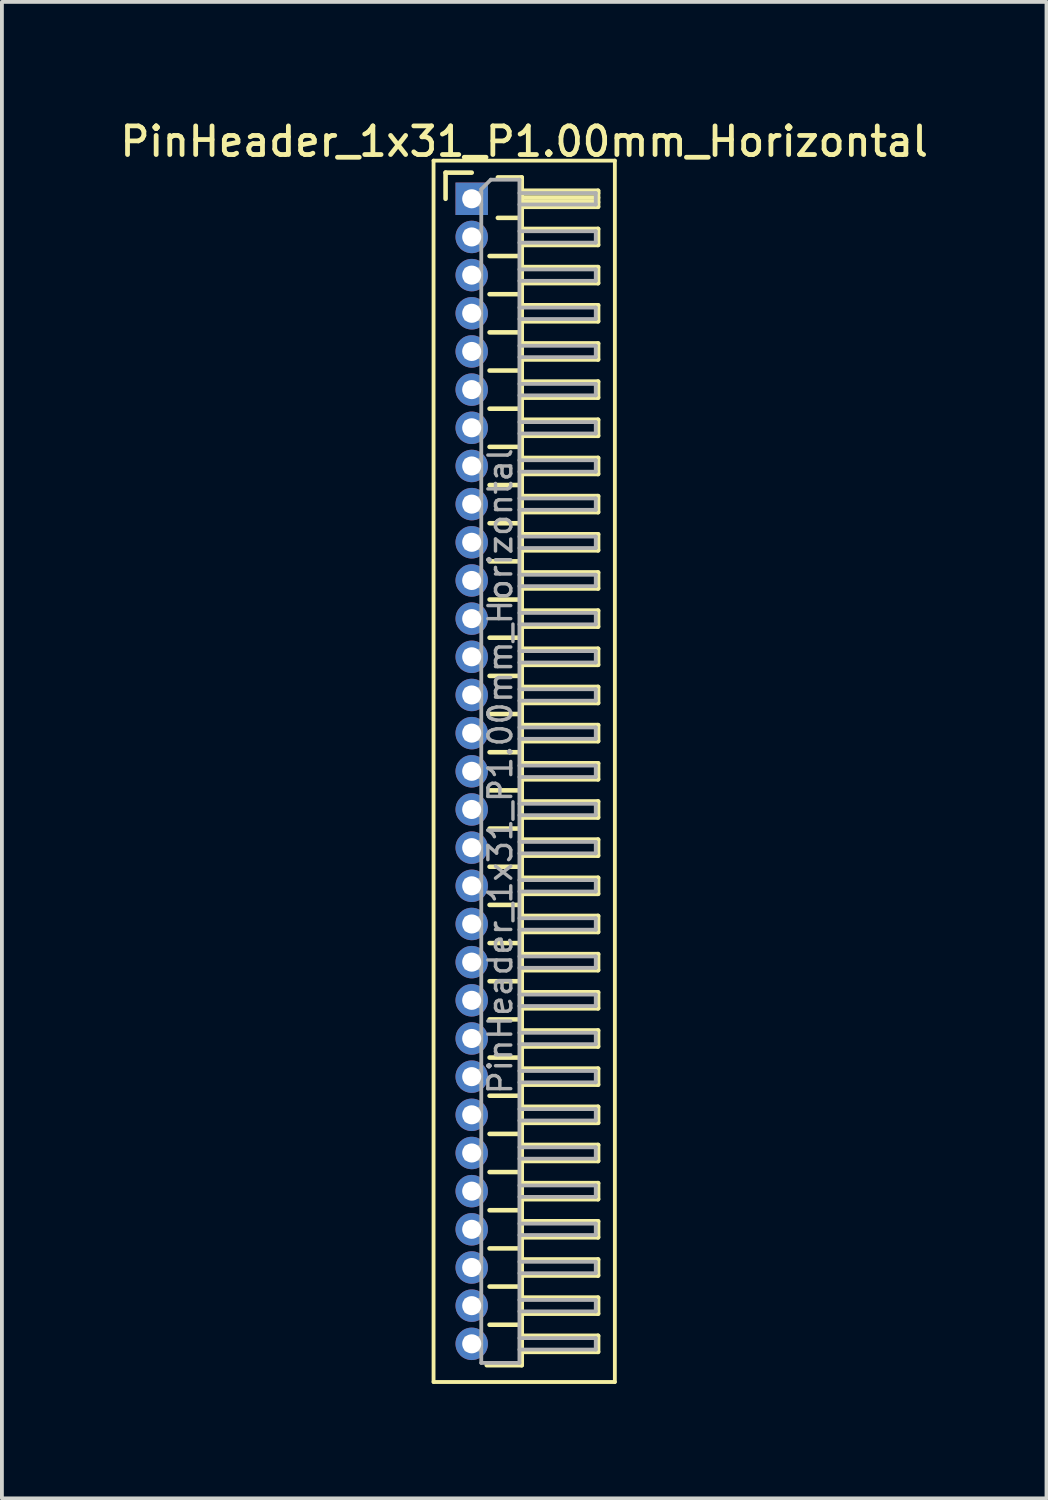
<source format=kicad_pcb>
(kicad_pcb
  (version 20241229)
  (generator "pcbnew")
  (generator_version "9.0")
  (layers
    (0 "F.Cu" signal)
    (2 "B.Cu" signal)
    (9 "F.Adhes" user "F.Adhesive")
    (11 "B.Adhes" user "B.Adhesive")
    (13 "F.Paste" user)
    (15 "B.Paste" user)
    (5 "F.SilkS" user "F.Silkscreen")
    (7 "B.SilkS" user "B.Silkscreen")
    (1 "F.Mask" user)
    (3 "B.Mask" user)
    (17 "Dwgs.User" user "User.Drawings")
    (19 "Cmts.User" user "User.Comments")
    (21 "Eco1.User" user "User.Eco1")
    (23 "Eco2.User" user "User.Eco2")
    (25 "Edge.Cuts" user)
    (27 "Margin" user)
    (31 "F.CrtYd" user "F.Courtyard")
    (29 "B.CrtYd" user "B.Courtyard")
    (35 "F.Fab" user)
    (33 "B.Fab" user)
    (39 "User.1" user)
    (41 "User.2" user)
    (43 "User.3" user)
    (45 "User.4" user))
  (footprint "PinHeader_1x31_P1.00mm_Horizontal"
    (layer "F.Cu")
    (at 9.309 2.158)
    (property "Reference" "PinHeader_1x31_P1.00mm_Horizontal" (at 1.375 -1.5 0) (layer "F.SilkS") (effects (font (size 0.75 0.75) (thickness 0.125))))
    (attr through_hole)
    (fp_line (start -1 -1) (end -1 31) (stroke (width 0.1) (type solid)) (layer "F.SilkS"))
    (fp_line (start -1 31) (end 3.75 31) (stroke (width 0.1) (type solid)) (layer "F.SilkS"))
    (fp_line (start -0.685 -0.685) (end 0 -0.685) (stroke (width 0.12) (type solid)) (layer "F.SilkS"))
    (fp_line (start -0.685 0) (end -0.685 -0.685) (stroke (width 0.12) (type solid)) (layer "F.SilkS"))
    (fp_line (start 0.468 1.5) (end 1.31 1.5) (stroke (width 0.12) (type solid)) (layer "F.SilkS"))
    (fp_line (start 0.468 2.5) (end 1.31 2.5) (stroke (width 0.12) (type solid)) (layer "F.SilkS"))
    (fp_line (start 0.468 3.5) (end 1.31 3.5) (stroke (width 0.12) (type solid)) (layer "F.SilkS"))
    (fp_line (start 0.468 4.5) (end 1.31 4.5) (stroke (width 0.12) (type solid)) (layer "F.SilkS"))
    (fp_line (start 0.468 5.5) (end 1.31 5.5) (stroke (width 0.12) (type solid)) (layer "F.SilkS"))
    (fp_line (start 0.468 6.5) (end 1.31 6.5) (stroke (width 0.12) (type solid)) (layer "F.SilkS"))
    (fp_line (start 0.468 7.5) (end 1.31 7.5) (stroke (width 0.12) (type solid)) (layer "F.SilkS"))
    (fp_line (start 0.468 8.5) (end 1.31 8.5) (stroke (width 0.12) (type solid)) (layer "F.SilkS"))
    (fp_line (start 0.468 9.5) (end 1.31 9.5) (stroke (width 0.12) (type solid)) (layer "F.SilkS"))
    (fp_line (start 0.468 10.5) (end 1.31 10.5) (stroke (width 0.12) (type solid)) (layer "F.SilkS"))
    (fp_line (start 0.468 11.5) (end 1.31 11.5) (stroke (width 0.12) (type solid)) (layer "F.SilkS"))
    (fp_line (start 0.468 12.5) (end 1.31 12.5) (stroke (width 0.12) (type solid)) (layer "F.SilkS"))
    (fp_line (start 0.468 13.5) (end 1.31 13.5) (stroke (width 0.12) (type solid)) (layer "F.SilkS"))
    (fp_line (start 0.468 14.5) (end 1.31 14.5) (stroke (width 0.12) (type solid)) (layer "F.SilkS"))
    (fp_line (start 0.468 15.5) (end 1.31 15.5) (stroke (width 0.12) (type solid)) (layer "F.SilkS"))
    (fp_line (start 0.468 16.5) (end 1.31 16.5) (stroke (width 0.12) (type solid)) (layer "F.SilkS"))
    (fp_line (start 0.468 17.5) (end 1.31 17.5) (stroke (width 0.12) (type solid)) (layer "F.SilkS"))
    (fp_line (start 0.468 18.5) (end 1.31 18.5) (stroke (width 0.12) (type solid)) (layer "F.SilkS"))
    (fp_line (start 0.468 19.5) (end 1.31 19.5) (stroke (width 0.12) (type solid)) (layer "F.SilkS"))
    (fp_line (start 0.468 20.5) (end 1.31 20.5) (stroke (width 0.12) (type solid)) (layer "F.SilkS"))
    (fp_line (start 0.468 21.5) (end 1.31 21.5) (stroke (width 0.12) (type solid)) (layer "F.SilkS"))
    (fp_line (start 0.468 22.5) (end 1.31 22.5) (stroke (width 0.12) (type solid)) (layer "F.SilkS"))
    (fp_line (start 0.468 23.5) (end 1.31 23.5) (stroke (width 0.12) (type solid)) (layer "F.SilkS"))
    (fp_line (start 0.468 24.5) (end 1.31 24.5) (stroke (width 0.12) (type solid)) (layer "F.SilkS"))
    (fp_line (start 0.468 25.5) (end 1.31 25.5) (stroke (width 0.12) (type solid)) (layer "F.SilkS"))
    (fp_line (start 0.468 26.5) (end 1.31 26.5) (stroke (width 0.12) (type solid)) (layer "F.SilkS"))
    (fp_line (start 0.468 27.5) (end 1.31 27.5) (stroke (width 0.12) (type solid)) (layer "F.SilkS"))
    (fp_line (start 0.468 28.5) (end 1.31 28.5) (stroke (width 0.12) (type solid)) (layer "F.SilkS"))
    (fp_line (start 0.468 29.5) (end 1.31 29.5) (stroke (width 0.12) (type solid)) (layer "F.SilkS"))
    (fp_line (start 0.685 -0.56) (end 1.31 -0.56) (stroke (width 0.12) (type solid)) (layer "F.SilkS"))
    (fp_line (start 0.685 0.5) (end 1.31 0.5) (stroke (width 0.12) (type solid)) (layer "F.SilkS"))
    (fp_line (start 1.31 -0.56) (end 1.31 30.56) (stroke (width 0.12) (type solid)) (layer "F.SilkS"))
    (fp_line (start 1.31 -0.21) (end 3.31 -0.21) (stroke (width 0.12) (type solid)) (layer "F.SilkS"))
    (fp_line (start 1.31 -0.15) (end 3.31 -0.15) (stroke (width 0.12) (type solid)) (layer "F.SilkS"))
    (fp_line (start 1.31 -0.03) (end 3.31 -0.03) (stroke (width 0.12) (type solid)) (layer "F.SilkS"))
    (fp_line (start 1.31 0.09) (end 3.31 0.09) (stroke (width 0.12) (type solid)) (layer "F.SilkS"))
    (fp_line (start 1.31 0.79) (end 3.31 0.79) (stroke (width 0.12) (type solid)) (layer "F.SilkS"))
    (fp_line (start 1.31 1.79) (end 3.31 1.79) (stroke (width 0.12) (type solid)) (layer "F.SilkS"))
    (fp_line (start 1.31 2.79) (end 3.31 2.79) (stroke (width 0.12) (type solid)) (layer "F.SilkS"))
    (fp_line (start 1.31 3.79) (end 3.31 3.79) (stroke (width 0.12) (type solid)) (layer "F.SilkS"))
    (fp_line (start 1.31 4.79) (end 3.31 4.79) (stroke (width 0.12) (type solid)) (layer "F.SilkS"))
    (fp_line (start 1.31 5.79) (end 3.31 5.79) (stroke (width 0.12) (type solid)) (layer "F.SilkS"))
    (fp_line (start 1.31 6.79) (end 3.31 6.79) (stroke (width 0.12) (type solid)) (layer "F.SilkS"))
    (fp_line (start 1.31 7.79) (end 3.31 7.79) (stroke (width 0.12) (type solid)) (layer "F.SilkS"))
    (fp_line (start 1.31 8.79) (end 3.31 8.79) (stroke (width 0.12) (type solid)) (layer "F.SilkS"))
    (fp_line (start 1.31 9.79) (end 3.31 9.79) (stroke (width 0.12) (type solid)) (layer "F.SilkS"))
    (fp_line (start 1.31 10.79) (end 3.31 10.79) (stroke (width 0.12) (type solid)) (layer "F.SilkS"))
    (fp_line (start 1.31 11.79) (end 3.31 11.79) (stroke (width 0.12) (type solid)) (layer "F.SilkS"))
    (fp_line (start 1.31 12.79) (end 3.31 12.79) (stroke (width 0.12) (type solid)) (layer "F.SilkS"))
    (fp_line (start 1.31 13.79) (end 3.31 13.79) (stroke (width 0.12) (type solid)) (layer "F.SilkS"))
    (fp_line (start 1.31 14.79) (end 3.31 14.79) (stroke (width 0.12) (type solid)) (layer "F.SilkS"))
    (fp_line (start 1.31 15.79) (end 3.31 15.79) (stroke (width 0.12) (type solid)) (layer "F.SilkS"))
    (fp_line (start 1.31 16.79) (end 3.31 16.79) (stroke (width 0.12) (type solid)) (layer "F.SilkS"))
    (fp_line (start 1.31 17.79) (end 3.31 17.79) (stroke (width 0.12) (type solid)) (layer "F.SilkS"))
    (fp_line (start 1.31 18.79) (end 3.31 18.79) (stroke (width 0.12) (type solid)) (layer "F.SilkS"))
    (fp_line (start 1.31 19.79) (end 3.31 19.79) (stroke (width 0.12) (type solid)) (layer "F.SilkS"))
    (fp_line (start 1.31 20.79) (end 3.31 20.79) (stroke (width 0.12) (type solid)) (layer "F.SilkS"))
    (fp_line (start 1.31 21.79) (end 3.31 21.79) (stroke (width 0.12) (type solid)) (layer "F.SilkS"))
    (fp_line (start 1.31 22.79) (end 3.31 22.79) (stroke (width 0.12) (type solid)) (layer "F.SilkS"))
    (fp_line (start 1.31 23.79) (end 3.31 23.79) (stroke (width 0.12) (type solid)) (layer "F.SilkS"))
    (fp_line (start 1.31 24.79) (end 3.31 24.79) (stroke (width 0.12) (type solid)) (layer "F.SilkS"))
    (fp_line (start 1.31 25.79) (end 3.31 25.79) (stroke (width 0.12) (type solid)) (layer "F.SilkS"))
    (fp_line (start 1.31 26.79) (end 3.31 26.79) (stroke (width 0.12) (type solid)) (layer "F.SilkS"))
    (fp_line (start 1.31 27.79) (end 3.31 27.79) (stroke (width 0.12) (type solid)) (layer "F.SilkS"))
    (fp_line (start 1.31 28.79) (end 3.31 28.79) (stroke (width 0.12) (type solid)) (layer "F.SilkS"))
    (fp_line (start 1.31 29.79) (end 3.31 29.79) (stroke (width 0.12) (type solid)) (layer "F.SilkS"))
    (fp_line (start 1.31 30.56) (end 0.394 30.56) (stroke (width 0.12) (type solid)) (layer "F.SilkS"))
    (fp_line (start 3.31 -0.21) (end 3.31 0.21) (stroke (width 0.12) (type solid)) (layer "F.SilkS"))
    (fp_line (start 3.31 0.21) (end 1.31 0.21) (stroke (width 0.12) (type solid)) (layer "F.SilkS"))
    (fp_line (start 3.31 0.79) (end 3.31 1.21) (stroke (width 0.12) (type solid)) (layer "F.SilkS"))
    (fp_line (start 3.31 1.21) (end 1.31 1.21) (stroke (width 0.12) (type solid)) (layer "F.SilkS"))
    (fp_line (start 3.31 1.79) (end 3.31 2.21) (stroke (width 0.12) (type solid)) (layer "F.SilkS"))
    (fp_line (start 3.31 2.21) (end 1.31 2.21) (stroke (width 0.12) (type solid)) (layer "F.SilkS"))
    (fp_line (start 3.31 2.79) (end 3.31 3.21) (stroke (width 0.12) (type solid)) (layer "F.SilkS"))
    (fp_line (start 3.31 3.21) (end 1.31 3.21) (stroke (width 0.12) (type solid)) (layer "F.SilkS"))
    (fp_line (start 3.31 3.79) (end 3.31 4.21) (stroke (width 0.12) (type solid)) (layer "F.SilkS"))
    (fp_line (start 3.31 4.21) (end 1.31 4.21) (stroke (width 0.12) (type solid)) (layer "F.SilkS"))
    (fp_line (start 3.31 4.79) (end 3.31 5.21) (stroke (width 0.12) (type solid)) (layer "F.SilkS"))
    (fp_line (start 3.31 5.21) (end 1.31 5.21) (stroke (width 0.12) (type solid)) (layer "F.SilkS"))
    (fp_line (start 3.31 5.79) (end 3.31 6.21) (stroke (width 0.12) (type solid)) (layer "F.SilkS"))
    (fp_line (start 3.31 6.21) (end 1.31 6.21) (stroke (width 0.12) (type solid)) (layer "F.SilkS"))
    (fp_line (start 3.31 6.79) (end 3.31 7.21) (stroke (width 0.12) (type solid)) (layer "F.SilkS"))
    (fp_line (start 3.31 7.21) (end 1.31 7.21) (stroke (width 0.12) (type solid)) (layer "F.SilkS"))
    (fp_line (start 3.31 7.79) (end 3.31 8.21) (stroke (width 0.12) (type solid)) (layer "F.SilkS"))
    (fp_line (start 3.31 8.21) (end 1.31 8.21) (stroke (width 0.12) (type solid)) (layer "F.SilkS"))
    (fp_line (start 3.31 8.79) (end 3.31 9.21) (stroke (width 0.12) (type solid)) (layer "F.SilkS"))
    (fp_line (start 3.31 9.21) (end 1.31 9.21) (stroke (width 0.12) (type solid)) (layer "F.SilkS"))
    (fp_line (start 3.31 9.79) (end 3.31 10.21) (stroke (width 0.12) (type solid)) (layer "F.SilkS"))
    (fp_line (start 3.31 10.21) (end 1.31 10.21) (stroke (width 0.12) (type solid)) (layer "F.SilkS"))
    (fp_line (start 3.31 10.79) (end 3.31 11.21) (stroke (width 0.12) (type solid)) (layer "F.SilkS"))
    (fp_line (start 3.31 11.21) (end 1.31 11.21) (stroke (width 0.12) (type solid)) (layer "F.SilkS"))
    (fp_line (start 3.31 11.79) (end 3.31 12.21) (stroke (width 0.12) (type solid)) (layer "F.SilkS"))
    (fp_line (start 3.31 12.21) (end 1.31 12.21) (stroke (width 0.12) (type solid)) (layer "F.SilkS"))
    (fp_line (start 3.31 12.79) (end 3.31 13.21) (stroke (width 0.12) (type solid)) (layer "F.SilkS"))
    (fp_line (start 3.31 13.21) (end 1.31 13.21) (stroke (width 0.12) (type solid)) (layer "F.SilkS"))
    (fp_line (start 3.31 13.79) (end 3.31 14.21) (stroke (width 0.12) (type solid)) (layer "F.SilkS"))
    (fp_line (start 3.31 14.21) (end 1.31 14.21) (stroke (width 0.12) (type solid)) (layer "F.SilkS"))
    (fp_line (start 3.31 14.79) (end 3.31 15.21) (stroke (width 0.12) (type solid)) (layer "F.SilkS"))
    (fp_line (start 3.31 15.21) (end 1.31 15.21) (stroke (width 0.12) (type solid)) (layer "F.SilkS"))
    (fp_line (start 3.31 15.79) (end 3.31 16.21) (stroke (width 0.12) (type solid)) (layer "F.SilkS"))
    (fp_line (start 3.31 16.21) (end 1.31 16.21) (stroke (width 0.12) (type solid)) (layer "F.SilkS"))
    (fp_line (start 3.31 16.79) (end 3.31 17.21) (stroke (width 0.12) (type solid)) (layer "F.SilkS"))
    (fp_line (start 3.31 17.21) (end 1.31 17.21) (stroke (width 0.12) (type solid)) (layer "F.SilkS"))
    (fp_line (start 3.31 17.79) (end 3.31 18.21) (stroke (width 0.12) (type solid)) (layer "F.SilkS"))
    (fp_line (start 3.31 18.21) (end 1.31 18.21) (stroke (width 0.12) (type solid)) (layer "F.SilkS"))
    (fp_line (start 3.31 18.79) (end 3.31 19.21) (stroke (width 0.12) (type solid)) (layer "F.SilkS"))
    (fp_line (start 3.31 19.21) (end 1.31 19.21) (stroke (width 0.12) (type solid)) (layer "F.SilkS"))
    (fp_line (start 3.31 19.79) (end 3.31 20.21) (stroke (width 0.12) (type solid)) (layer "F.SilkS"))
    (fp_line (start 3.31 20.21) (end 1.31 20.21) (stroke (width 0.12) (type solid)) (layer "F.SilkS"))
    (fp_line (start 3.31 20.79) (end 3.31 21.21) (stroke (width 0.12) (type solid)) (layer "F.SilkS"))
    (fp_line (start 3.31 21.21) (end 1.31 21.21) (stroke (width 0.12) (type solid)) (layer "F.SilkS"))
    (fp_line (start 3.31 21.79) (end 3.31 22.21) (stroke (width 0.12) (type solid)) (layer "F.SilkS"))
    (fp_line (start 3.31 22.21) (end 1.31 22.21) (stroke (width 0.12) (type solid)) (layer "F.SilkS"))
    (fp_line (start 3.31 22.79) (end 3.31 23.21) (stroke (width 0.12) (type solid)) (layer "F.SilkS"))
    (fp_line (start 3.31 23.21) (end 1.31 23.21) (stroke (width 0.12) (type solid)) (layer "F.SilkS"))
    (fp_line (start 3.31 23.79) (end 3.31 24.21) (stroke (width 0.12) (type solid)) (layer "F.SilkS"))
    (fp_line (start 3.31 24.21) (end 1.31 24.21) (stroke (width 0.12) (type solid)) (layer "F.SilkS"))
    (fp_line (start 3.31 24.79) (end 3.31 25.21) (stroke (width 0.12) (type solid)) (layer "F.SilkS"))
    (fp_line (start 3.31 25.21) (end 1.31 25.21) (stroke (width 0.12) (type solid)) (layer "F.SilkS"))
    (fp_line (start 3.31 25.79) (end 3.31 26.21) (stroke (width 0.12) (type solid)) (layer "F.SilkS"))
    (fp_line (start 3.31 26.21) (end 1.31 26.21) (stroke (width 0.12) (type solid)) (layer "F.SilkS"))
    (fp_line (start 3.31 26.79) (end 3.31 27.21) (stroke (width 0.12) (type solid)) (layer "F.SilkS"))
    (fp_line (start 3.31 27.21) (end 1.31 27.21) (stroke (width 0.12) (type solid)) (layer "F.SilkS"))
    (fp_line (start 3.31 27.79) (end 3.31 28.21) (stroke (width 0.12) (type solid)) (layer "F.SilkS"))
    (fp_line (start 3.31 28.21) (end 1.31 28.21) (stroke (width 0.12) (type solid)) (layer "F.SilkS"))
    (fp_line (start 3.31 28.79) (end 3.31 29.21) (stroke (width 0.12) (type solid)) (layer "F.SilkS"))
    (fp_line (start 3.31 29.21) (end 1.31 29.21) (stroke (width 0.12) (type solid)) (layer "F.SilkS"))
    (fp_line (start 3.31 29.79) (end 3.31 30.21) (stroke (width 0.12) (type solid)) (layer "F.SilkS"))
    (fp_line (start 3.31 30.21) (end 1.31 30.21) (stroke (width 0.12) (type solid)) (layer "F.SilkS"))
    (fp_line (start 3.75 -1) (end -1 -1) (stroke (width 0.1) (type solid)) (layer "F.SilkS"))
    (fp_line (start 3.75 31) (end 3.75 -1) (stroke (width 0.1) (type solid)) (layer "F.SilkS"))
    (fp_line (start -0.15 -0.15) (end -0.15 0.15) (stroke (width 0.1) (type solid)) (layer "F.Fab"))
    (fp_line (start -0.15 -0.15) (end 0.25 -0.15) (stroke (width 0.1) (type solid)) (layer "F.Fab"))
    (fp_line (start -0.15 0.15) (end 0.25 0.15) (stroke (width 0.1) (type solid)) (layer "F.Fab"))
    (fp_line (start -0.15 0.85) (end -0.15 1.15) (stroke (width 0.1) (type solid)) (layer "F.Fab"))
    (fp_line (start -0.15 0.85) (end 0.25 0.85) (stroke (width 0.1) (type solid)) (layer "F.Fab"))
    (fp_line (start -0.15 1.15) (end 0.25 1.15) (stroke (width 0.1) (type solid)) (layer "F.Fab"))
    (fp_line (start -0.15 1.85) (end -0.15 2.15) (stroke (width 0.1) (type solid)) (layer "F.Fab"))
    (fp_line (start -0.15 1.85) (end 0.25 1.85) (stroke (width 0.1) (type solid)) (layer "F.Fab"))
    (fp_line (start -0.15 2.15) (end 0.25 2.15) (stroke (width 0.1) (type solid)) (layer "F.Fab"))
    (fp_line (start -0.15 2.85) (end -0.15 3.15) (stroke (width 0.1) (type solid)) (layer "F.Fab"))
    (fp_line (start -0.15 2.85) (end 0.25 2.85) (stroke (width 0.1) (type solid)) (layer "F.Fab"))
    (fp_line (start -0.15 3.15) (end 0.25 3.15) (stroke (width 0.1) (type solid)) (layer "F.Fab"))
    (fp_line (start -0.15 3.85) (end -0.15 4.15) (stroke (width 0.1) (type solid)) (layer "F.Fab"))
    (fp_line (start -0.15 3.85) (end 0.25 3.85) (stroke (width 0.1) (type solid)) (layer "F.Fab"))
    (fp_line (start -0.15 4.15) (end 0.25 4.15) (stroke (width 0.1) (type solid)) (layer "F.Fab"))
    (fp_line (start -0.15 4.85) (end -0.15 5.15) (stroke (width 0.1) (type solid)) (layer "F.Fab"))
    (fp_line (start -0.15 4.85) (end 0.25 4.85) (stroke (width 0.1) (type solid)) (layer "F.Fab"))
    (fp_line (start -0.15 5.15) (end 0.25 5.15) (stroke (width 0.1) (type solid)) (layer "F.Fab"))
    (fp_line (start -0.15 5.85) (end -0.15 6.15) (stroke (width 0.1) (type solid)) (layer "F.Fab"))
    (fp_line (start -0.15 5.85) (end 0.25 5.85) (stroke (width 0.1) (type solid)) (layer "F.Fab"))
    (fp_line (start -0.15 6.15) (end 0.25 6.15) (stroke (width 0.1) (type solid)) (layer "F.Fab"))
    (fp_line (start -0.15 6.85) (end -0.15 7.15) (stroke (width 0.1) (type solid)) (layer "F.Fab"))
    (fp_line (start -0.15 6.85) (end 0.25 6.85) (stroke (width 0.1) (type solid)) (layer "F.Fab"))
    (fp_line (start -0.15 7.15) (end 0.25 7.15) (stroke (width 0.1) (type solid)) (layer "F.Fab"))
    (fp_line (start -0.15 7.85) (end -0.15 8.15) (stroke (width 0.1) (type solid)) (layer "F.Fab"))
    (fp_line (start -0.15 7.85) (end 0.25 7.85) (stroke (width 0.1) (type solid)) (layer "F.Fab"))
    (fp_line (start -0.15 8.15) (end 0.25 8.15) (stroke (width 0.1) (type solid)) (layer "F.Fab"))
    (fp_line (start -0.15 8.85) (end -0.15 9.15) (stroke (width 0.1) (type solid)) (layer "F.Fab"))
    (fp_line (start -0.15 8.85) (end 0.25 8.85) (stroke (width 0.1) (type solid)) (layer "F.Fab"))
    (fp_line (start -0.15 9.15) (end 0.25 9.15) (stroke (width 0.1) (type solid)) (layer "F.Fab"))
    (fp_line (start -0.15 9.85) (end -0.15 10.15) (stroke (width 0.1) (type solid)) (layer "F.Fab"))
    (fp_line (start -0.15 9.85) (end 0.25 9.85) (stroke (width 0.1) (type solid)) (layer "F.Fab"))
    (fp_line (start -0.15 10.15) (end 0.25 10.15) (stroke (width 0.1) (type solid)) (layer "F.Fab"))
    (fp_line (start -0.15 10.85) (end -0.15 11.15) (stroke (width 0.1) (type solid)) (layer "F.Fab"))
    (fp_line (start -0.15 10.85) (end 0.25 10.85) (stroke (width 0.1) (type solid)) (layer "F.Fab"))
    (fp_line (start -0.15 11.15) (end 0.25 11.15) (stroke (width 0.1) (type solid)) (layer "F.Fab"))
    (fp_line (start -0.15 11.85) (end -0.15 12.15) (stroke (width 0.1) (type solid)) (layer "F.Fab"))
    (fp_line (start -0.15 11.85) (end 0.25 11.85) (stroke (width 0.1) (type solid)) (layer "F.Fab"))
    (fp_line (start -0.15 12.15) (end 0.25 12.15) (stroke (width 0.1) (type solid)) (layer "F.Fab"))
    (fp_line (start -0.15 12.85) (end -0.15 13.15) (stroke (width 0.1) (type solid)) (layer "F.Fab"))
    (fp_line (start -0.15 12.85) (end 0.25 12.85) (stroke (width 0.1) (type solid)) (layer "F.Fab"))
    (fp_line (start -0.15 13.15) (end 0.25 13.15) (stroke (width 0.1) (type solid)) (layer "F.Fab"))
    (fp_line (start -0.15 13.85) (end -0.15 14.15) (stroke (width 0.1) (type solid)) (layer "F.Fab"))
    (fp_line (start -0.15 13.85) (end 0.25 13.85) (stroke (width 0.1) (type solid)) (layer "F.Fab"))
    (fp_line (start -0.15 14.15) (end 0.25 14.15) (stroke (width 0.1) (type solid)) (layer "F.Fab"))
    (fp_line (start -0.15 14.85) (end -0.15 15.15) (stroke (width 0.1) (type solid)) (layer "F.Fab"))
    (fp_line (start -0.15 14.85) (end 0.25 14.85) (stroke (width 0.1) (type solid)) (layer "F.Fab"))
    (fp_line (start -0.15 15.15) (end 0.25 15.15) (stroke (width 0.1) (type solid)) (layer "F.Fab"))
    (fp_line (start -0.15 15.85) (end -0.15 16.15) (stroke (width 0.1) (type solid)) (layer "F.Fab"))
    (fp_line (start -0.15 15.85) (end 0.25 15.85) (stroke (width 0.1) (type solid)) (layer "F.Fab"))
    (fp_line (start -0.15 16.15) (end 0.25 16.15) (stroke (width 0.1) (type solid)) (layer "F.Fab"))
    (fp_line (start -0.15 16.85) (end -0.15 17.15) (stroke (width 0.1) (type solid)) (layer "F.Fab"))
    (fp_line (start -0.15 16.85) (end 0.25 16.85) (stroke (width 0.1) (type solid)) (layer "F.Fab"))
    (fp_line (start -0.15 17.15) (end 0.25 17.15) (stroke (width 0.1) (type solid)) (layer "F.Fab"))
    (fp_line (start -0.15 17.85) (end -0.15 18.15) (stroke (width 0.1) (type solid)) (layer "F.Fab"))
    (fp_line (start -0.15 17.85) (end 0.25 17.85) (stroke (width 0.1) (type solid)) (layer "F.Fab"))
    (fp_line (start -0.15 18.15) (end 0.25 18.15) (stroke (width 0.1) (type solid)) (layer "F.Fab"))
    (fp_line (start -0.15 18.85) (end -0.15 19.15) (stroke (width 0.1) (type solid)) (layer "F.Fab"))
    (fp_line (start -0.15 18.85) (end 0.25 18.85) (stroke (width 0.1) (type solid)) (layer "F.Fab"))
    (fp_line (start -0.15 19.15) (end 0.25 19.15) (stroke (width 0.1) (type solid)) (layer "F.Fab"))
    (fp_line (start -0.15 19.85) (end -0.15 20.15) (stroke (width 0.1) (type solid)) (layer "F.Fab"))
    (fp_line (start -0.15 19.85) (end 0.25 19.85) (stroke (width 0.1) (type solid)) (layer "F.Fab"))
    (fp_line (start -0.15 20.15) (end 0.25 20.15) (stroke (width 0.1) (type solid)) (layer "F.Fab"))
    (fp_line (start -0.15 20.85) (end -0.15 21.15) (stroke (width 0.1) (type solid)) (layer "F.Fab"))
    (fp_line (start -0.15 20.85) (end 0.25 20.85) (stroke (width 0.1) (type solid)) (layer "F.Fab"))
    (fp_line (start -0.15 21.15) (end 0.25 21.15) (stroke (width 0.1) (type solid)) (layer "F.Fab"))
    (fp_line (start -0.15 21.85) (end -0.15 22.15) (stroke (width 0.1) (type solid)) (layer "F.Fab"))
    (fp_line (start -0.15 21.85) (end 0.25 21.85) (stroke (width 0.1) (type solid)) (layer "F.Fab"))
    (fp_line (start -0.15 22.15) (end 0.25 22.15) (stroke (width 0.1) (type solid)) (layer "F.Fab"))
    (fp_line (start -0.15 22.85) (end -0.15 23.15) (stroke (width 0.1) (type solid)) (layer "F.Fab"))
    (fp_line (start -0.15 22.85) (end 0.25 22.85) (stroke (width 0.1) (type solid)) (layer "F.Fab"))
    (fp_line (start -0.15 23.15) (end 0.25 23.15) (stroke (width 0.1) (type solid)) (layer "F.Fab"))
    (fp_line (start -0.15 23.85) (end -0.15 24.15) (stroke (width 0.1) (type solid)) (layer "F.Fab"))
    (fp_line (start -0.15 23.85) (end 0.25 23.85) (stroke (width 0.1) (type solid)) (layer "F.Fab"))
    (fp_line (start -0.15 24.15) (end 0.25 24.15) (stroke (width 0.1) (type solid)) (layer "F.Fab"))
    (fp_line (start -0.15 24.85) (end -0.15 25.15) (stroke (width 0.1) (type solid)) (layer "F.Fab"))
    (fp_line (start -0.15 24.85) (end 0.25 24.85) (stroke (width 0.1) (type solid)) (layer "F.Fab"))
    (fp_line (start -0.15 25.15) (end 0.25 25.15) (stroke (width 0.1) (type solid)) (layer "F.Fab"))
    (fp_line (start -0.15 25.85) (end -0.15 26.15) (stroke (width 0.1) (type solid)) (layer "F.Fab"))
    (fp_line (start -0.15 25.85) (end 0.25 25.85) (stroke (width 0.1) (type solid)) (layer "F.Fab"))
    (fp_line (start -0.15 26.15) (end 0.25 26.15) (stroke (width 0.1) (type solid)) (layer "F.Fab"))
    (fp_line (start -0.15 26.85) (end -0.15 27.15) (stroke (width 0.1) (type solid)) (layer "F.Fab"))
    (fp_line (start -0.15 26.85) (end 0.25 26.85) (stroke (width 0.1) (type solid)) (layer "F.Fab"))
    (fp_line (start -0.15 27.15) (end 0.25 27.15) (stroke (width 0.1) (type solid)) (layer "F.Fab"))
    (fp_line (start -0.15 27.85) (end -0.15 28.15) (stroke (width 0.1) (type solid)) (layer "F.Fab"))
    (fp_line (start -0.15 27.85) (end 0.25 27.85) (stroke (width 0.1) (type solid)) (layer "F.Fab"))
    (fp_line (start -0.15 28.15) (end 0.25 28.15) (stroke (width 0.1) (type solid)) (layer "F.Fab"))
    (fp_line (start -0.15 28.85) (end -0.15 29.15) (stroke (width 0.1) (type solid)) (layer "F.Fab"))
    (fp_line (start -0.15 28.85) (end 0.25 28.85) (stroke (width 0.1) (type solid)) (layer "F.Fab"))
    (fp_line (start -0.15 29.15) (end 0.25 29.15) (stroke (width 0.1) (type solid)) (layer "F.Fab"))
    (fp_line (start -0.15 29.85) (end -0.15 30.15) (stroke (width 0.1) (type solid)) (layer "F.Fab"))
    (fp_line (start -0.15 29.85) (end 0.25 29.85) (stroke (width 0.1) (type solid)) (layer "F.Fab"))
    (fp_line (start -0.15 30.15) (end 0.25 30.15) (stroke (width 0.1) (type solid)) (layer "F.Fab"))
    (fp_line (start 0.25 -0.25) (end 0.5 -0.5) (stroke (width 0.1) (type solid)) (layer "F.Fab"))
    (fp_line (start 0.25 30.5) (end 0.25 -0.25) (stroke (width 0.1) (type solid)) (layer "F.Fab"))
    (fp_line (start 0.5 -0.5) (end 1.25 -0.5) (stroke (width 0.1) (type solid)) (layer "F.Fab"))
    (fp_line (start 1.25 -0.5) (end 1.25 30.5) (stroke (width 0.1) (type solid)) (layer "F.Fab"))
    (fp_line (start 1.25 -0.15) (end 3.25 -0.15) (stroke (width 0.1) (type solid)) (layer "F.Fab"))
    (fp_line (start 1.25 0.15) (end 3.25 0.15) (stroke (width 0.1) (type solid)) (layer "F.Fab"))
    (fp_line (start 1.25 0.85) (end 3.25 0.85) (stroke (width 0.1) (type solid)) (layer "F.Fab"))
    (fp_line (start 1.25 1.15) (end 3.25 1.15) (stroke (width 0.1) (type solid)) (layer "F.Fab"))
    (fp_line (start 1.25 1.85) (end 3.25 1.85) (stroke (width 0.1) (type solid)) (layer "F.Fab"))
    (fp_line (start 1.25 2.15) (end 3.25 2.15) (stroke (width 0.1) (type solid)) (layer "F.Fab"))
    (fp_line (start 1.25 2.85) (end 3.25 2.85) (stroke (width 0.1) (type solid)) (layer "F.Fab"))
    (fp_line (start 1.25 3.15) (end 3.25 3.15) (stroke (width 0.1) (type solid)) (layer "F.Fab"))
    (fp_line (start 1.25 3.85) (end 3.25 3.85) (stroke (width 0.1) (type solid)) (layer "F.Fab"))
    (fp_line (start 1.25 4.15) (end 3.25 4.15) (stroke (width 0.1) (type solid)) (layer "F.Fab"))
    (fp_line (start 1.25 4.85) (end 3.25 4.85) (stroke (width 0.1) (type solid)) (layer "F.Fab"))
    (fp_line (start 1.25 5.15) (end 3.25 5.15) (stroke (width 0.1) (type solid)) (layer "F.Fab"))
    (fp_line (start 1.25 5.85) (end 3.25 5.85) (stroke (width 0.1) (type solid)) (layer "F.Fab"))
    (fp_line (start 1.25 6.15) (end 3.25 6.15) (stroke (width 0.1) (type solid)) (layer "F.Fab"))
    (fp_line (start 1.25 6.85) (end 3.25 6.85) (stroke (width 0.1) (type solid)) (layer "F.Fab"))
    (fp_line (start 1.25 7.15) (end 3.25 7.15) (stroke (width 0.1) (type solid)) (layer "F.Fab"))
    (fp_line (start 1.25 7.85) (end 3.25 7.85) (stroke (width 0.1) (type solid)) (layer "F.Fab"))
    (fp_line (start 1.25 8.15) (end 3.25 8.15) (stroke (width 0.1) (type solid)) (layer "F.Fab"))
    (fp_line (start 1.25 8.85) (end 3.25 8.85) (stroke (width 0.1) (type solid)) (layer "F.Fab"))
    (fp_line (start 1.25 9.15) (end 3.25 9.15) (stroke (width 0.1) (type solid)) (layer "F.Fab"))
    (fp_line (start 1.25 9.85) (end 3.25 9.85) (stroke (width 0.1) (type solid)) (layer "F.Fab"))
    (fp_line (start 1.25 10.15) (end 3.25 10.15) (stroke (width 0.1) (type solid)) (layer "F.Fab"))
    (fp_line (start 1.25 10.85) (end 3.25 10.85) (stroke (width 0.1) (type solid)) (layer "F.Fab"))
    (fp_line (start 1.25 11.15) (end 3.25 11.15) (stroke (width 0.1) (type solid)) (layer "F.Fab"))
    (fp_line (start 1.25 11.85) (end 3.25 11.85) (stroke (width 0.1) (type solid)) (layer "F.Fab"))
    (fp_line (start 1.25 12.15) (end 3.25 12.15) (stroke (width 0.1) (type solid)) (layer "F.Fab"))
    (fp_line (start 1.25 12.85) (end 3.25 12.85) (stroke (width 0.1) (type solid)) (layer "F.Fab"))
    (fp_line (start 1.25 13.15) (end 3.25 13.15) (stroke (width 0.1) (type solid)) (layer "F.Fab"))
    (fp_line (start 1.25 13.85) (end 3.25 13.85) (stroke (width 0.1) (type solid)) (layer "F.Fab"))
    (fp_line (start 1.25 14.15) (end 3.25 14.15) (stroke (width 0.1) (type solid)) (layer "F.Fab"))
    (fp_line (start 1.25 14.85) (end 3.25 14.85) (stroke (width 0.1) (type solid)) (layer "F.Fab"))
    (fp_line (start 1.25 15.15) (end 3.25 15.15) (stroke (width 0.1) (type solid)) (layer "F.Fab"))
    (fp_line (start 1.25 15.85) (end 3.25 15.85) (stroke (width 0.1) (type solid)) (layer "F.Fab"))
    (fp_line (start 1.25 16.15) (end 3.25 16.15) (stroke (width 0.1) (type solid)) (layer "F.Fab"))
    (fp_line (start 1.25 16.85) (end 3.25 16.85) (stroke (width 0.1) (type solid)) (layer "F.Fab"))
    (fp_line (start 1.25 17.15) (end 3.25 17.15) (stroke (width 0.1) (type solid)) (layer "F.Fab"))
    (fp_line (start 1.25 17.85) (end 3.25 17.85) (stroke (width 0.1) (type solid)) (layer "F.Fab"))
    (fp_line (start 1.25 18.15) (end 3.25 18.15) (stroke (width 0.1) (type solid)) (layer "F.Fab"))
    (fp_line (start 1.25 18.85) (end 3.25 18.85) (stroke (width 0.1) (type solid)) (layer "F.Fab"))
    (fp_line (start 1.25 19.15) (end 3.25 19.15) (stroke (width 0.1) (type solid)) (layer "F.Fab"))
    (fp_line (start 1.25 19.85) (end 3.25 19.85) (stroke (width 0.1) (type solid)) (layer "F.Fab"))
    (fp_line (start 1.25 20.15) (end 3.25 20.15) (stroke (width 0.1) (type solid)) (layer "F.Fab"))
    (fp_line (start 1.25 20.85) (end 3.25 20.85) (stroke (width 0.1) (type solid)) (layer "F.Fab"))
    (fp_line (start 1.25 21.15) (end 3.25 21.15) (stroke (width 0.1) (type solid)) (layer "F.Fab"))
    (fp_line (start 1.25 21.85) (end 3.25 21.85) (stroke (width 0.1) (type solid)) (layer "F.Fab"))
    (fp_line (start 1.25 22.15) (end 3.25 22.15) (stroke (width 0.1) (type solid)) (layer "F.Fab"))
    (fp_line (start 1.25 22.85) (end 3.25 22.85) (stroke (width 0.1) (type solid)) (layer "F.Fab"))
    (fp_line (start 1.25 23.15) (end 3.25 23.15) (stroke (width 0.1) (type solid)) (layer "F.Fab"))
    (fp_line (start 1.25 23.85) (end 3.25 23.85) (stroke (width 0.1) (type solid)) (layer "F.Fab"))
    (fp_line (start 1.25 24.15) (end 3.25 24.15) (stroke (width 0.1) (type solid)) (layer "F.Fab"))
    (fp_line (start 1.25 24.85) (end 3.25 24.85) (stroke (width 0.1) (type solid)) (layer "F.Fab"))
    (fp_line (start 1.25 25.15) (end 3.25 25.15) (stroke (width 0.1) (type solid)) (layer "F.Fab"))
    (fp_line (start 1.25 25.85) (end 3.25 25.85) (stroke (width 0.1) (type solid)) (layer "F.Fab"))
    (fp_line (start 1.25 26.15) (end 3.25 26.15) (stroke (width 0.1) (type solid)) (layer "F.Fab"))
    (fp_line (start 1.25 26.85) (end 3.25 26.85) (stroke (width 0.1) (type solid)) (layer "F.Fab"))
    (fp_line (start 1.25 27.15) (end 3.25 27.15) (stroke (width 0.1) (type solid)) (layer "F.Fab"))
    (fp_line (start 1.25 27.85) (end 3.25 27.85) (stroke (width 0.1) (type solid)) (layer "F.Fab"))
    (fp_line (start 1.25 28.15) (end 3.25 28.15) (stroke (width 0.1) (type solid)) (layer "F.Fab"))
    (fp_line (start 1.25 28.85) (end 3.25 28.85) (stroke (width 0.1) (type solid)) (layer "F.Fab"))
    (fp_line (start 1.25 29.15) (end 3.25 29.15) (stroke (width 0.1) (type solid)) (layer "F.Fab"))
    (fp_line (start 1.25 29.85) (end 3.25 29.85) (stroke (width 0.1) (type solid)) (layer "F.Fab"))
    (fp_line (start 1.25 30.15) (end 3.25 30.15) (stroke (width 0.1) (type solid)) (layer "F.Fab"))
    (fp_line (start 1.25 30.5) (end 0.25 30.5) (stroke (width 0.1) (type solid)) (layer "F.Fab"))
    (fp_line (start 3.25 -0.15) (end 3.25 0.15) (stroke (width 0.1) (type solid)) (layer "F.Fab"))
    (fp_line (start 3.25 0.85) (end 3.25 1.15) (stroke (width 0.1) (type solid)) (layer "F.Fab"))
    (fp_line (start 3.25 1.85) (end 3.25 2.15) (stroke (width 0.1) (type solid)) (layer "F.Fab"))
    (fp_line (start 3.25 2.85) (end 3.25 3.15) (stroke (width 0.1) (type solid)) (layer "F.Fab"))
    (fp_line (start 3.25 3.85) (end 3.25 4.15) (stroke (width 0.1) (type solid)) (layer "F.Fab"))
    (fp_line (start 3.25 4.85) (end 3.25 5.15) (stroke (width 0.1) (type solid)) (layer "F.Fab"))
    (fp_line (start 3.25 5.85) (end 3.25 6.15) (stroke (width 0.1) (type solid)) (layer "F.Fab"))
    (fp_line (start 3.25 6.85) (end 3.25 7.15) (stroke (width 0.1) (type solid)) (layer "F.Fab"))
    (fp_line (start 3.25 7.85) (end 3.25 8.15) (stroke (width 0.1) (type solid)) (layer "F.Fab"))
    (fp_line (start 3.25 8.85) (end 3.25 9.15) (stroke (width 0.1) (type solid)) (layer "F.Fab"))
    (fp_line (start 3.25 9.85) (end 3.25 10.15) (stroke (width 0.1) (type solid)) (layer "F.Fab"))
    (fp_line (start 3.25 10.85) (end 3.25 11.15) (stroke (width 0.1) (type solid)) (layer "F.Fab"))
    (fp_line (start 3.25 11.85) (end 3.25 12.15) (stroke (width 0.1) (type solid)) (layer "F.Fab"))
    (fp_line (start 3.25 12.85) (end 3.25 13.15) (stroke (width 0.1) (type solid)) (layer "F.Fab"))
    (fp_line (start 3.25 13.85) (end 3.25 14.15) (stroke (width 0.1) (type solid)) (layer "F.Fab"))
    (fp_line (start 3.25 14.85) (end 3.25 15.15) (stroke (width 0.1) (type solid)) (layer "F.Fab"))
    (fp_line (start 3.25 15.85) (end 3.25 16.15) (stroke (width 0.1) (type solid)) (layer "F.Fab"))
    (fp_line (start 3.25 16.85) (end 3.25 17.15) (stroke (width 0.1) (type solid)) (layer "F.Fab"))
    (fp_line (start 3.25 17.85) (end 3.25 18.15) (stroke (width 0.1) (type solid)) (layer "F.Fab"))
    (fp_line (start 3.25 18.85) (end 3.25 19.15) (stroke (width 0.1) (type solid)) (layer "F.Fab"))
    (fp_line (start 3.25 19.85) (end 3.25 20.15) (stroke (width 0.1) (type solid)) (layer "F.Fab"))
    (fp_line (start 3.25 20.85) (end 3.25 21.15) (stroke (width 0.1) (type solid)) (layer "F.Fab"))
    (fp_line (start 3.25 21.85) (end 3.25 22.15) (stroke (width 0.1) (type solid)) (layer "F.Fab"))
    (fp_line (start 3.25 22.85) (end 3.25 23.15) (stroke (width 0.1) (type solid)) (layer "F.Fab"))
    (fp_line (start 3.25 23.85) (end 3.25 24.15) (stroke (width 0.1) (type solid)) (layer "F.Fab"))
    (fp_line (start 3.25 24.85) (end 3.25 25.15) (stroke (width 0.1) (type solid)) (layer "F.Fab"))
    (fp_line (start 3.25 25.85) (end 3.25 26.15) (stroke (width 0.1) (type solid)) (layer "F.Fab"))
    (fp_line (start 3.25 26.85) (end 3.25 27.15) (stroke (width 0.1) (type solid)) (layer "F.Fab"))
    (fp_line (start 3.25 27.85) (end 3.25 28.15) (stroke (width 0.1) (type solid)) (layer "F.Fab"))
    (fp_line (start 3.25 28.85) (end 3.25 29.15) (stroke (width 0.1) (type solid)) (layer "F.Fab"))
    (fp_line (start 3.25 29.85) (end 3.25 30.15) (stroke (width 0.1) (type solid)) (layer "F.Fab"))
    (fp_text user "${REFERENCE}" (at 0.75 15 90) (layer "F.Fab") (effects (font (size 0.6 0.6) (thickness 0.09))))
    (pad "1" thru_hole rect (at 0 0) (size 0.85 0.85) (drill 0.5) (layers "*.Cu" "*.Mask"))
    (pad "2" thru_hole oval (at 0 1) (size 0.85 0.85) (drill 0.5) (layers "*.Cu" "*.Mask"))
    (pad "3" thru_hole oval (at 0 2) (size 0.85 0.85) (drill 0.5) (layers "*.Cu" "*.Mask"))
    (pad "4" thru_hole oval (at 0 3) (size 0.85 0.85) (drill 0.5) (layers "*.Cu" "*.Mask"))
    (pad "5" thru_hole oval (at 0 4) (size 0.85 0.85) (drill 0.5) (layers "*.Cu" "*.Mask"))
    (pad "6" thru_hole oval (at 0 5) (size 0.85 0.85) (drill 0.5) (layers "*.Cu" "*.Mask"))
    (pad "7" thru_hole oval (at 0 6) (size 0.85 0.85) (drill 0.5) (layers "*.Cu" "*.Mask"))
    (pad "8" thru_hole oval (at 0 7) (size 0.85 0.85) (drill 0.5) (layers "*.Cu" "*.Mask"))
    (pad "9" thru_hole oval (at 0 8) (size 0.85 0.85) (drill 0.5) (layers "*.Cu" "*.Mask"))
    (pad "10" thru_hole oval (at 0 9) (size 0.85 0.85) (drill 0.5) (layers "*.Cu" "*.Mask"))
    (pad "11" thru_hole oval (at 0 10) (size 0.85 0.85) (drill 0.5) (layers "*.Cu" "*.Mask"))
    (pad "12" thru_hole oval (at 0 11) (size 0.85 0.85) (drill 0.5) (layers "*.Cu" "*.Mask"))
    (pad "13" thru_hole oval (at 0 12) (size 0.85 0.85) (drill 0.5) (layers "*.Cu" "*.Mask"))
    (pad "14" thru_hole oval (at 0 13) (size 0.85 0.85) (drill 0.5) (layers "*.Cu" "*.Mask"))
    (pad "15" thru_hole oval (at 0 14) (size 0.85 0.85) (drill 0.5) (layers "*.Cu" "*.Mask"))
    (pad "16" thru_hole oval (at 0 15) (size 0.85 0.85) (drill 0.5) (layers "*.Cu" "*.Mask"))
    (pad "17" thru_hole oval (at 0 16) (size 0.85 0.85) (drill 0.5) (layers "*.Cu" "*.Mask"))
    (pad "18" thru_hole oval (at 0 17) (size 0.85 0.85) (drill 0.5) (layers "*.Cu" "*.Mask"))
    (pad "19" thru_hole oval (at 0 18) (size 0.85 0.85) (drill 0.5) (layers "*.Cu" "*.Mask"))
    (pad "20" thru_hole oval (at 0 19) (size 0.85 0.85) (drill 0.5) (layers "*.Cu" "*.Mask"))
    (pad "21" thru_hole oval (at 0 20) (size 0.85 0.85) (drill 0.5) (layers "*.Cu" "*.Mask"))
    (pad "22" thru_hole oval (at 0 21) (size 0.85 0.85) (drill 0.5) (layers "*.Cu" "*.Mask"))
    (pad "23" thru_hole oval (at 0 22) (size 0.85 0.85) (drill 0.5) (layers "*.Cu" "*.Mask"))
    (pad "24" thru_hole oval (at 0 23) (size 0.85 0.85) (drill 0.5) (layers "*.Cu" "*.Mask"))
    (pad "25" thru_hole oval (at 0 24) (size 0.85 0.85) (drill 0.5) (layers "*.Cu" "*.Mask"))
    (pad "26" thru_hole oval (at 0 25) (size 0.85 0.85) (drill 0.5) (layers "*.Cu" "*.Mask"))
    (pad "27" thru_hole oval (at 0 26) (size 0.85 0.85) (drill 0.5) (layers "*.Cu" "*.Mask"))
    (pad "28" thru_hole oval (at 0 27) (size 0.85 0.85) (drill 0.5) (layers "*.Cu" "*.Mask"))
    (pad "29" thru_hole oval (at 0 28) (size 0.85 0.85) (drill 0.5) (layers "*.Cu" "*.Mask"))
    (pad "30" thru_hole oval (at 0 29) (size 0.85 0.85) (drill 0.5) (layers "*.Cu" "*.Mask"))
    (pad "31" thru_hole oval (at 0 30) (size 0.85 0.85) (drill 0.5) (layers "*.Cu" "*.Mask")))
  (gr_rect
    (start -3 -3)
    (end 24.368 36.208)
    (stroke (width 0.1) (type default))
    (fill no)
    (layer "Edge.Cuts")))
</source>
